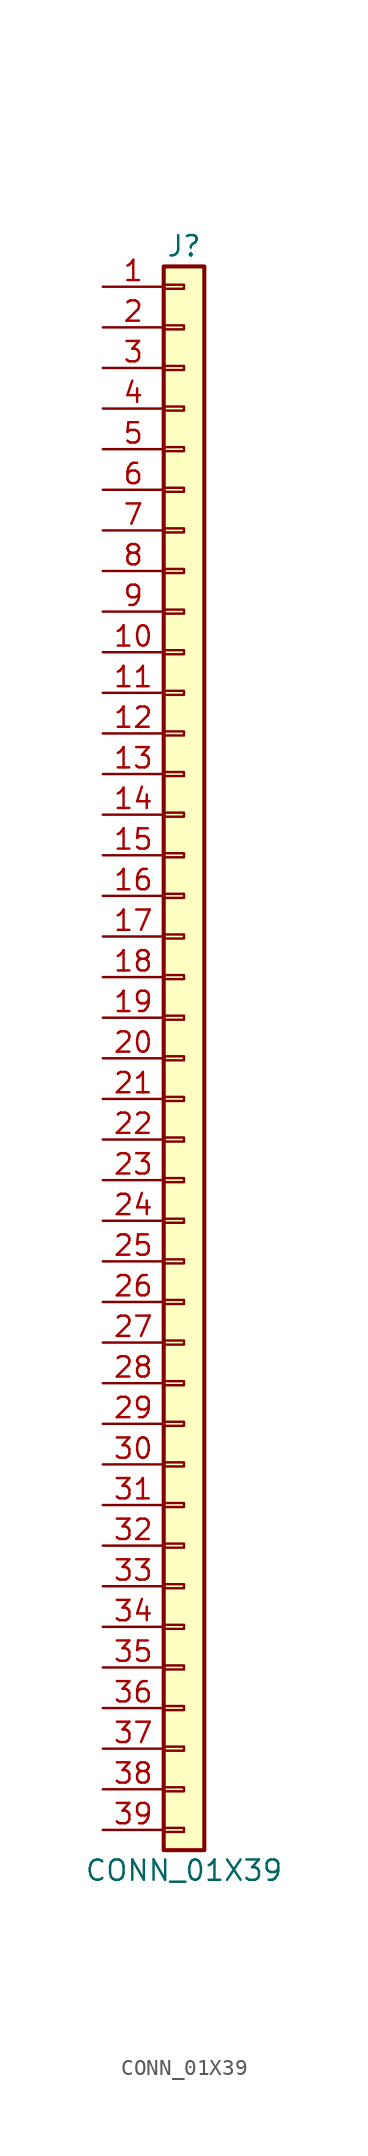
<source format=kicad_sym>
(kicad_symbol_lib
  (version 20211014)
  (generator kicad_symbol_editor)
  (symbol "CONN_01X39"
    (pin_names
      (offset 1.016) hide)
    (property "Reference" "J"
      (at 0 50.8 0)
      (effects (font (size 1.27 1.27))))
    (property "Value" "CONN_01X39"
      (at 0 -50.8 0)
      (effects (font (size 1.27 1.27))))
    (symbol "CONN_01X39_1_1"
      (rectangle (start -1.27 -48.133) (end 0 -48.387) (stroke (width 0.152) (type default) (color 0 0 0 0)) (fill (type none)))
      (rectangle (start -1.27 -45.593) (end 0 -45.847) (stroke (width 0.152) (type default) (color 0 0 0 0)) (fill (type none)))
      (rectangle (start -1.27 -43.053) (end 0 -43.307) (stroke (width 0.152) (type default) (color 0 0 0 0)) (fill (type none)))
      (rectangle (start -1.27 -40.513) (end 0 -40.767) (stroke (width 0.152) (type default) (color 0 0 0 0)) (fill (type none)))
      (rectangle (start -1.27 -37.973) (end 0 -38.227) (stroke (width 0.152) (type default) (color 0 0 0 0)) (fill (type none)))
      (rectangle (start -1.27 -35.433) (end 0 -35.687) (stroke (width 0.152) (type default) (color 0 0 0 0)) (fill (type none)))
      (rectangle (start -1.27 -32.893) (end 0 -33.147) (stroke (width 0.152) (type default) (color 0 0 0 0)) (fill (type none)))
      (rectangle (start -1.27 -30.353) (end 0 -30.607) (stroke (width 0.152) (type default) (color 0 0 0 0)) (fill (type none)))
      (rectangle (start -1.27 -27.813) (end 0 -28.067) (stroke (width 0.152) (type default) (color 0 0 0 0)) (fill (type none)))
      (rectangle (start -1.27 -25.273) (end 0 -25.527) (stroke (width 0.152) (type default) (color 0 0 0 0)) (fill (type none)))
      (rectangle (start -1.27 -22.733) (end 0 -22.987) (stroke (width 0.152) (type default) (color 0 0 0 0)) (fill (type none)))
      (rectangle (start -1.27 -20.193) (end 0 -20.447) (stroke (width 0.152) (type default) (color 0 0 0 0)) (fill (type none)))
      (rectangle (start -1.27 -17.653) (end 0 -17.907) (stroke (width 0.152) (type default) (color 0 0 0 0)) (fill (type none)))
      (rectangle (start -1.27 -15.113) (end 0 -15.367) (stroke (width 0.152) (type default) (color 0 0 0 0)) (fill (type none)))
      (rectangle (start -1.27 -12.573) (end 0 -12.827) (stroke (width 0.152) (type default) (color 0 0 0 0)) (fill (type none)))
      (rectangle (start -1.27 -10.033) (end 0 -10.287) (stroke (width 0.152) (type default) (color 0 0 0 0)) (fill (type none)))
      (rectangle (start -1.27 -7.493) (end 0 -7.747) (stroke (width 0.152) (type default) (color 0 0 0 0)) (fill (type none)))
      (rectangle (start -1.27 -4.953) (end 0 -5.207) (stroke (width 0.152) (type default) (color 0 0 0 0)) (fill (type none)))
      (rectangle (start -1.27 -2.413) (end 0 -2.667) (stroke (width 0.152) (type default) (color 0 0 0 0)) (fill (type none)))
      (rectangle (start -1.27 0.127) (end 0 -0.127) (stroke (width 0.152) (type default) (color 0 0 0 0)) (fill (type none)))
      (rectangle (start -1.27 2.667) (end 0 2.413) (stroke (width 0.152) (type default) (color 0 0 0 0)) (fill (type none)))
      (rectangle (start -1.27 5.207) (end 0 4.953) (stroke (width 0.152) (type default) (color 0 0 0 0)) (fill (type none)))
      (rectangle (start -1.27 7.747) (end 0 7.493) (stroke (width 0.152) (type default) (color 0 0 0 0)) (fill (type none)))
      (rectangle (start -1.27 10.287) (end 0 10.033) (stroke (width 0.152) (type default) (color 0 0 0 0)) (fill (type none)))
      (rectangle (start -1.27 12.827) (end 0 12.573) (stroke (width 0.152) (type default) (color 0 0 0 0)) (fill (type none)))
      (rectangle (start -1.27 15.367) (end 0 15.113) (stroke (width 0.152) (type default) (color 0 0 0 0)) (fill (type none)))
      (rectangle (start -1.27 17.907) (end 0 17.653) (stroke (width 0.152) (type default) (color 0 0 0 0)) (fill (type none)))
      (rectangle (start -1.27 20.447) (end 0 20.193) (stroke (width 0.152) (type default) (color 0 0 0 0)) (fill (type none)))
      (rectangle (start -1.27 22.987) (end 0 22.733) (stroke (width 0.152) (type default) (color 0 0 0 0)) (fill (type none)))
      (rectangle (start -1.27 25.527) (end 0 25.273) (stroke (width 0.152) (type default) (color 0 0 0 0)) (fill (type none)))
      (rectangle (start -1.27 28.067) (end 0 27.813) (stroke (width 0.152) (type default) (color 0 0 0 0)) (fill (type none)))
      (rectangle (start -1.27 30.607) (end 0 30.353) (stroke (width 0.152) (type default) (color 0 0 0 0)) (fill (type none)))
      (rectangle (start -1.27 33.147) (end 0 32.893) (stroke (width 0.152) (type default) (color 0 0 0 0)) (fill (type none)))
      (rectangle (start -1.27 35.687) (end 0 35.433) (stroke (width 0.152) (type default) (color 0 0 0 0)) (fill (type none)))
      (rectangle (start -1.27 38.227) (end 0 37.973) (stroke (width 0.152) (type default) (color 0 0 0 0)) (fill (type none)))
      (rectangle (start -1.27 40.767) (end 0 40.513) (stroke (width 0.152) (type default) (color 0 0 0 0)) (fill (type none)))
      (rectangle (start -1.27 43.307) (end 0 43.053) (stroke (width 0.152) (type default) (color 0 0 0 0)) (fill (type none)))
      (rectangle (start -1.27 45.847) (end 0 45.593) (stroke (width 0.152) (type default) (color 0 0 0 0)) (fill (type none)))
      (rectangle (start -1.27 48.387) (end 0 48.133) (stroke (width 0.152) (type default) (color 0 0 0 0)) (fill (type none)))
      (rectangle (start -1.27 49.53) (end 1.27 -49.53) (stroke (width 0.254) (type default) (color 0 0 0 0)) (fill (type background)))
      (pin passive line (at -5.08 48.26 0) (length 3.81) (name "Pin_1" (effects (font (size 1.27 1.27)))) (number "1" (effects (font (size 1.27 1.27)))))
      (pin passive line (at -5.08 25.4 0) (length 3.81) (name "Pin_10" (effects (font (size 1.27 1.27)))) (number "10" (effects (font (size 1.27 1.27)))))
      (pin passive line (at -5.08 22.86 0) (length 3.81) (name "Pin_11" (effects (font (size 1.27 1.27)))) (number "11" (effects (font (size 1.27 1.27)))))
      (pin passive line (at -5.08 20.32 0) (length 3.81) (name "Pin_12" (effects (font (size 1.27 1.27)))) (number "12" (effects (font (size 1.27 1.27)))))
      (pin passive line (at -5.08 17.78 0) (length 3.81) (name "Pin_13" (effects (font (size 1.27 1.27)))) (number "13" (effects (font (size 1.27 1.27)))))
      (pin passive line (at -5.08 15.24 0) (length 3.81) (name "Pin_14" (effects (font (size 1.27 1.27)))) (number "14" (effects (font (size 1.27 1.27)))))
      (pin passive line (at -5.08 12.7 0) (length 3.81) (name "Pin_15" (effects (font (size 1.27 1.27)))) (number "15" (effects (font (size 1.27 1.27)))))
      (pin passive line (at -5.08 10.16 0) (length 3.81) (name "Pin_16" (effects (font (size 1.27 1.27)))) (number "16" (effects (font (size 1.27 1.27)))))
      (pin passive line (at -5.08 7.62 0) (length 3.81) (name "Pin_17" (effects (font (size 1.27 1.27)))) (number "17" (effects (font (size 1.27 1.27)))))
      (pin passive line (at -5.08 5.08 0) (length 3.81) (name "Pin_18" (effects (font (size 1.27 1.27)))) (number "18" (effects (font (size 1.27 1.27)))))
      (pin passive line (at -5.08 2.54 0) (length 3.81) (name "Pin_19" (effects (font (size 1.27 1.27)))) (number "19" (effects (font (size 1.27 1.27)))))
      (pin passive line (at -5.08 45.72 0) (length 3.81) (name "Pin_2" (effects (font (size 1.27 1.27)))) (number "2" (effects (font (size 1.27 1.27)))))
      (pin passive line (at -5.08 0 0) (length 3.81) (name "Pin_20" (effects (font (size 1.27 1.27)))) (number "20" (effects (font (size 1.27 1.27)))))
      (pin passive line (at -5.08 -2.54 0) (length 3.81) (name "Pin_21" (effects (font (size 1.27 1.27)))) (number "21" (effects (font (size 1.27 1.27)))))
      (pin passive line (at -5.08 -5.08 0) (length 3.81) (name "Pin_22" (effects (font (size 1.27 1.27)))) (number "22" (effects (font (size 1.27 1.27)))))
      (pin passive line (at -5.08 -7.62 0) (length 3.81) (name "Pin_23" (effects (font (size 1.27 1.27)))) (number "23" (effects (font (size 1.27 1.27)))))
      (pin passive line (at -5.08 -10.16 0) (length 3.81) (name "Pin_24" (effects (font (size 1.27 1.27)))) (number "24" (effects (font (size 1.27 1.27)))))
      (pin passive line (at -5.08 -12.7 0) (length 3.81) (name "Pin_25" (effects (font (size 1.27 1.27)))) (number "25" (effects (font (size 1.27 1.27)))))
      (pin passive line (at -5.08 -15.24 0) (length 3.81) (name "Pin_26" (effects (font (size 1.27 1.27)))) (number "26" (effects (font (size 1.27 1.27)))))
      (pin passive line (at -5.08 -17.78 0) (length 3.81) (name "Pin_27" (effects (font (size 1.27 1.27)))) (number "27" (effects (font (size 1.27 1.27)))))
      (pin passive line (at -5.08 -20.32 0) (length 3.81) (name "Pin_28" (effects (font (size 1.27 1.27)))) (number "28" (effects (font (size 1.27 1.27)))))
      (pin passive line (at -5.08 -22.86 0) (length 3.81) (name "Pin_29" (effects (font (size 1.27 1.27)))) (number "29" (effects (font (size 1.27 1.27)))))
      (pin passive line (at -5.08 43.18 0) (length 3.81) (name "Pin_3" (effects (font (size 1.27 1.27)))) (number "3" (effects (font (size 1.27 1.27)))))
      (pin passive line (at -5.08 -25.4 0) (length 3.81) (name "Pin_30" (effects (font (size 1.27 1.27)))) (number "30" (effects (font (size 1.27 1.27)))))
      (pin passive line (at -5.08 -27.94 0) (length 3.81) (name "Pin_31" (effects (font (size 1.27 1.27)))) (number "31" (effects (font (size 1.27 1.27)))))
      (pin passive line (at -5.08 -30.48 0) (length 3.81) (name "Pin_32" (effects (font (size 1.27 1.27)))) (number "32" (effects (font (size 1.27 1.27)))))
      (pin passive line (at -5.08 -33.02 0) (length 3.81) (name "Pin_33" (effects (font (size 1.27 1.27)))) (number "33" (effects (font (size 1.27 1.27)))))
      (pin passive line (at -5.08 -35.56 0) (length 3.81) (name "Pin_34" (effects (font (size 1.27 1.27)))) (number "34" (effects (font (size 1.27 1.27)))))
      (pin passive line (at -5.08 -38.1 0) (length 3.81) (name "Pin_35" (effects (font (size 1.27 1.27)))) (number "35" (effects (font (size 1.27 1.27)))))
      (pin passive line (at -5.08 -40.64 0) (length 3.81) (name "Pin_36" (effects (font (size 1.27 1.27)))) (number "36" (effects (font (size 1.27 1.27)))))
      (pin passive line (at -5.08 -43.18 0) (length 3.81) (name "Pin_37" (effects (font (size 1.27 1.27)))) (number "37" (effects (font (size 1.27 1.27)))))
      (pin passive line (at -5.08 -45.72 0) (length 3.81) (name "Pin_38" (effects (font (size 1.27 1.27)))) (number "38" (effects (font (size 1.27 1.27)))))
      (pin passive line (at -5.08 -48.26 0) (length 3.81) (name "Pin_39" (effects (font (size 1.27 1.27)))) (number "39" (effects (font (size 1.27 1.27)))))
      (pin passive line (at -5.08 40.64 0) (length 3.81) (name "Pin_4" (effects (font (size 1.27 1.27)))) (number "4" (effects (font (size 1.27 1.27)))))
      (pin passive line (at -5.08 38.1 0) (length 3.81) (name "Pin_5" (effects (font (size 1.27 1.27)))) (number "5" (effects (font (size 1.27 1.27)))))
      (pin passive line (at -5.08 35.56 0) (length 3.81) (name "Pin_6" (effects (font (size 1.27 1.27)))) (number "6" (effects (font (size 1.27 1.27)))))
      (pin passive line (at -5.08 33.02 0) (length 3.81) (name "Pin_7" (effects (font (size 1.27 1.27)))) (number "7" (effects (font (size 1.27 1.27)))))
      (pin passive line (at -5.08 30.48 0) (length 3.81) (name "Pin_8" (effects (font (size 1.27 1.27)))) (number "8" (effects (font (size 1.27 1.27)))))
      (pin passive line (at -5.08 27.94 0) (length 3.81) (name "Pin_9" (effects (font (size 1.27 1.27)))) (number "9" (effects (font (size 1.27 1.27))))))))
</source>
